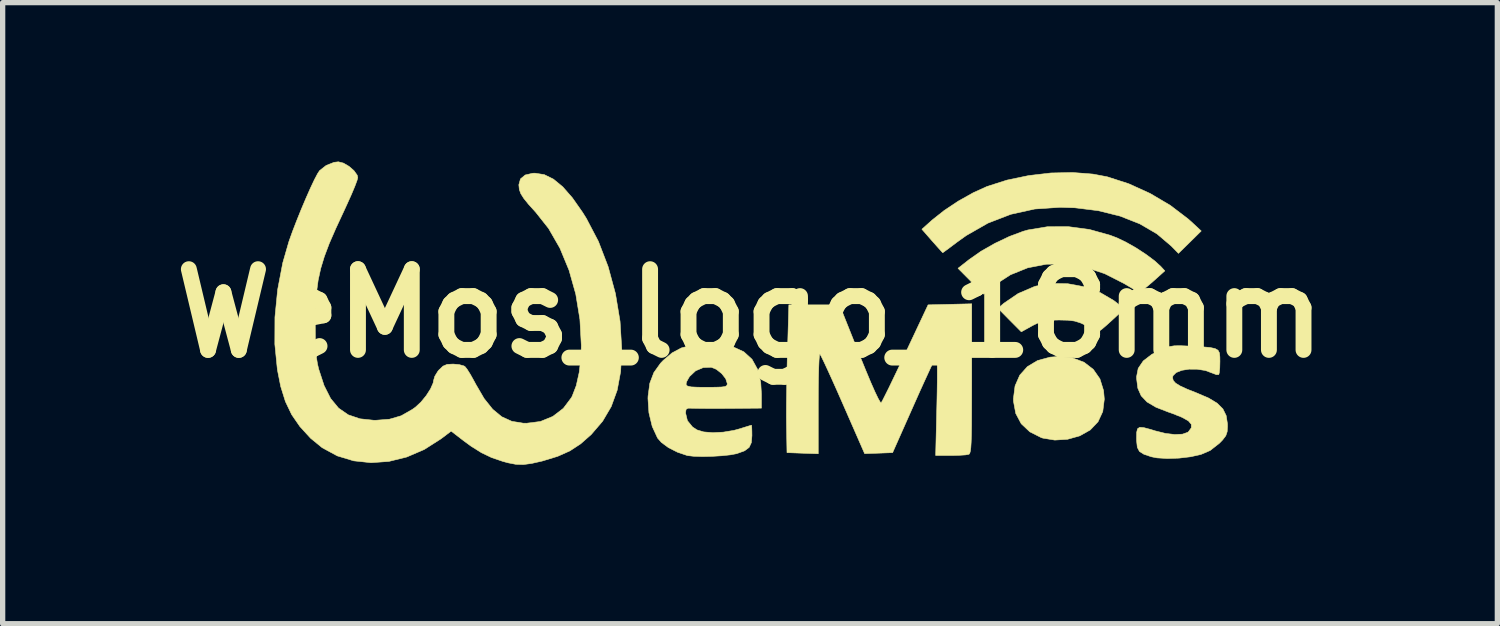
<source format=kicad_pcb>
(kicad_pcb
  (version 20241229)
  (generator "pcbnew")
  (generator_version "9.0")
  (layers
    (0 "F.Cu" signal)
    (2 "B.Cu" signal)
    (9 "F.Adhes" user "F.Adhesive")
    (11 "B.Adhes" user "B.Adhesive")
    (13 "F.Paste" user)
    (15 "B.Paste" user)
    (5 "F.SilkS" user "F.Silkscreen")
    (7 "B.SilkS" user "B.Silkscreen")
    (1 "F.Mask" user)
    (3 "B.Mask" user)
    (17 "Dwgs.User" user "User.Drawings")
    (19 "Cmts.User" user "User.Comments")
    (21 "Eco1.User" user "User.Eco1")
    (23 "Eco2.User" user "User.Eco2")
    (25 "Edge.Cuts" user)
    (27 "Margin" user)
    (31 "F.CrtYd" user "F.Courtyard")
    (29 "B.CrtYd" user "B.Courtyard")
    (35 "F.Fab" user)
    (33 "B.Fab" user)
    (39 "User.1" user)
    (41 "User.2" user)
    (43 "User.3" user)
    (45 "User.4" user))
  (footprint "WeMos_logo_18mm"
    (layer "F.Cu")
    (at 11.111 2.867)
    (property "Reference" "WeMos_logo_18mm" (at 0 0 0) (layer "F.SilkS") (effects (font (size 1.524 1.524) (thickness 0.3))))
    (attr through_hole)
    (fp_poly (pts (xy 6.088 0.84) (xy 6.307 0.923) (xy 6.481 1.057) (xy 6.606 1.236) (xy 6.675 1.458) (xy 6.689 1.62) (xy 6.66 1.853) (xy 6.57 2.047) (xy 6.423 2.201) (xy 6.226 2.312) (xy 5.995 2.377) (xy 5.754 2.392) (xy 5.529 2.355) (xy 5.5 2.346) (xy 5.282 2.236) (xy 5.12 2.083) (xy 5.017 1.889) (xy 4.974 1.658) (xy 4.973 1.61) (xy 5.004 1.369) (xy 5.093 1.166) (xy 5.237 1.005) (xy 5.429 0.89) (xy 5.666 0.826) (xy 5.829 0.814) (xy 6.088 0.84)) (stroke (width 0.01) (type solid)) (fill yes) (layer "F.SilkS"))
    (fp_poly (pts (xy 6.001 -0.56) (xy 6.313 -0.502) (xy 6.609 -0.394) (xy 6.869 -0.242) (xy 6.939 -0.187) (xy 7.063 -0.082) (xy 6.835 0.129) (xy 6.73 0.224) (xy 6.646 0.296) (xy 6.594 0.334) (xy 6.586 0.338) (xy 6.545 0.322) (xy 6.459 0.283) (xy 6.35 0.23) (xy 6.229 0.176) (xy 6.123 0.144) (xy 6.003 0.129) (xy 5.842 0.125) (xy 5.831 0.125) (xy 5.673 0.128) (xy 5.559 0.14) (xy 5.464 0.168) (xy 5.362 0.216) (xy 5.324 0.236) (xy 5.122 0.348) (xy 4.901 0.126) (xy 4.681 -0.097) (xy 4.794 -0.192) (xy 5.061 -0.374) (xy 5.36 -0.503) (xy 5.4 -0.516) (xy 5.69 -0.566) (xy 6.001 -0.56)) (stroke (width 0.01) (type solid)) (fill yes) (layer "F.SilkS"))
    (fp_poly (pts (xy 6.406 -1.585) (xy 6.797 -1.476) (xy 6.929 -1.426) (xy 7.101 -1.343) (xy 7.291 -1.235) (xy 7.476 -1.114) (xy 7.637 -0.994) (xy 7.753 -0.889) (xy 7.753 -0.889) (xy 7.832 -0.803) (xy 7.6 -0.595) (xy 7.493 -0.504) (xy 7.406 -0.435) (xy 7.352 -0.401) (xy 7.342 -0.4) (xy 7.301 -0.422) (xy 7.215 -0.473) (xy 7.101 -0.541) (xy 7.064 -0.563) (xy 6.696 -0.75) (xy 6.324 -0.873) (xy 5.954 -0.933) (xy 5.592 -0.928) (xy 5.244 -0.861) (xy 4.917 -0.729) (xy 4.617 -0.535) (xy 4.576 -0.501) (xy 4.411 -0.363) (xy 4.169 -0.607) (xy 3.927 -0.851) (xy 4.137 -1.016) (xy 4.361 -1.173) (xy 4.623 -1.322) (xy 4.896 -1.452) (xy 5.155 -1.549) (xy 5.246 -1.575) (xy 5.614 -1.636) (xy 6.007 -1.638) (xy 6.406 -1.585)) (stroke (width 0.01) (type solid)) (fill yes) (layer "F.SilkS"))
    (fp_poly (pts (xy 6.475 -2.63) (xy 6.744 -2.579) (xy 7.15 -2.448) (xy 7.553 -2.265) (xy 7.933 -2.041) (xy 8.267 -1.787) (xy 8.334 -1.728) (xy 8.519 -1.556) (xy 8.304 -1.344) (xy 8.089 -1.133) (xy 7.952 -1.273) (xy 7.682 -1.502) (xy 7.358 -1.691) (xy 6.987 -1.837) (xy 6.576 -1.939) (xy 6.133 -1.994) (xy 5.854 -2.003) (xy 5.376 -1.971) (xy 4.924 -1.871) (xy 4.493 -1.705) (xy 4.082 -1.47) (xy 3.906 -1.344) (xy 3.791 -1.257) (xy 3.7 -1.19) (xy 3.647 -1.151) (xy 3.638 -1.146) (xy 3.613 -1.172) (xy 3.553 -1.239) (xy 3.468 -1.334) (xy 3.438 -1.368) (xy 3.245 -1.589) (xy 3.438 -1.762) (xy 3.666 -1.943) (xy 3.934 -2.121) (xy 4.216 -2.279) (xy 4.474 -2.396) (xy 4.853 -2.517) (xy 5.261 -2.602) (xy 5.679 -2.651) (xy 6.09 -2.66) (xy 6.475 -2.63)) (stroke (width 0.01) (type solid)) (fill yes) (layer "F.SilkS"))
    (fp_poly (pts (xy 4.186 1.229) (xy 4.185 1.587) (xy 4.184 1.88) (xy 4.183 2.114) (xy 4.18 2.297) (xy 4.175 2.434) (xy 4.169 2.531) (xy 4.161 2.597) (xy 4.15 2.636) (xy 4.138 2.656) (xy 4.129 2.661) (xy 4.068 2.672) (xy 3.957 2.679) (xy 3.818 2.683) (xy 3.788 2.683) (xy 3.505 2.683) (xy 3.528 1.726) (xy 3.533 1.475) (xy 3.536 1.25) (xy 3.536 1.061) (xy 3.534 0.916) (xy 3.53 0.825) (xy 3.523 0.796) (xy 3.523 0.796) (xy 3.501 0.835) (xy 3.455 0.93) (xy 3.388 1.074) (xy 3.304 1.257) (xy 3.207 1.47) (xy 3.102 1.706) (xy 3.093 1.726) (xy 2.692 2.629) (xy 2.428 2.639) (xy 2.164 2.648) (xy 1.756 1.716) (xy 1.65 1.475) (xy 1.552 1.256) (xy 1.466 1.067) (xy 1.396 0.917) (xy 1.346 0.814) (xy 1.319 0.767) (xy 1.318 0.765) (xy 1.31 0.795) (xy 1.303 0.886) (xy 1.297 1.032) (xy 1.292 1.221) (xy 1.289 1.446) (xy 1.288 1.697) (xy 1.288 2.65) (xy 0.993 2.64) (xy 0.698 2.629) (xy 0.689 2.129) (xy 0.687 1.944) (xy 0.688 1.706) (xy 0.692 1.433) (xy 0.697 1.143) (xy 0.703 0.855) (xy 0.707 0.733) (xy 0.733 -0.161) (xy 1.689 -0.161) (xy 2.065 0.781) (xy 2.181 1.066) (xy 2.28 1.303) (xy 2.361 1.486) (xy 2.423 1.614) (xy 2.462 1.68) (xy 2.476 1.689) (xy 2.499 1.649) (xy 2.548 1.552) (xy 2.62 1.408) (xy 2.708 1.225) (xy 2.81 1.012) (xy 2.921 0.777) (xy 2.935 0.747) (xy 3.362 -0.161) (xy 4.186 -0.181) (xy 4.186 1.229)) (stroke (width 0.01) (type solid)) (fill yes) (layer "F.SilkS"))
    (fp_poly (pts (xy 8.281 0.617) (xy 8.333 0.619) (xy 8.539 0.631) (xy 8.685 0.644) (xy 8.78 0.664) (xy 8.836 0.696) (xy 8.863 0.747) (xy 8.871 0.822) (xy 8.872 0.91) (xy 8.869 1.03) (xy 8.86 1.12) (xy 8.85 1.155) (xy 8.806 1.157) (xy 8.733 1.129) (xy 8.596 1.078) (xy 8.443 1.054) (xy 8.29 1.053) (xy 8.152 1.075) (xy 8.046 1.117) (xy 7.985 1.178) (xy 7.978 1.214) (xy 7.99 1.266) (xy 8.034 1.316) (xy 8.119 1.369) (xy 8.254 1.431) (xy 8.431 1.501) (xy 8.657 1.598) (xy 8.82 1.696) (xy 8.928 1.804) (xy 8.99 1.93) (xy 9.014 2.084) (xy 9.015 2.132) (xy 9.009 2.233) (xy 8.983 2.31) (xy 8.923 2.389) (xy 8.863 2.451) (xy 8.687 2.589) (xy 8.514 2.663) (xy 8.319 2.707) (xy 8.098 2.733) (xy 7.878 2.74) (xy 7.683 2.728) (xy 7.577 2.707) (xy 7.437 2.66) (xy 7.353 2.607) (xy 7.312 2.529) (xy 7.299 2.408) (xy 7.298 2.357) (xy 7.3 2.246) (xy 7.316 2.179) (xy 7.357 2.151) (xy 7.435 2.157) (xy 7.563 2.191) (xy 7.65 2.218) (xy 7.843 2.266) (xy 8.02 2.287) (xy 8.166 2.28) (xy 8.265 2.245) (xy 8.279 2.233) (xy 8.332 2.16) (xy 8.332 2.094) (xy 8.276 2.029) (xy 8.158 1.963) (xy 7.976 1.89) (xy 7.895 1.862) (xy 7.664 1.772) (xy 7.496 1.673) (xy 7.385 1.556) (xy 7.322 1.413) (xy 7.299 1.234) (xy 7.298 1.197) (xy 7.329 1.038) (xy 7.424 0.898) (xy 7.585 0.774) (xy 7.733 0.698) (xy 7.837 0.654) (xy 7.922 0.626) (xy 8.011 0.612) (xy 8.124 0.61) (xy 8.281 0.617)) (stroke (width 0.01) (type solid)) (fill yes) (layer "F.SilkS"))
    (fp_poly (pts (xy -0.584 0.582) (xy -0.324 0.63) (xy -0.117 0.725) (xy 0.038 0.867) (xy 0.144 1.059) (xy 0.202 1.302) (xy 0.215 1.522) (xy 0.215 1.789) (xy -0.367 1.794) (xy -0.575 1.795) (xy -0.767 1.795) (xy -0.929 1.794) (xy -1.044 1.792) (xy -1.082 1.791) (xy -1.17 1.79) (xy -1.208 1.812) (xy -1.216 1.872) (xy -1.216 1.885) (xy -1.182 2.026) (xy -1.086 2.144) (xy -1.001 2.2) (xy -0.874 2.238) (xy -0.701 2.252) (xy -0.504 2.242) (xy -0.305 2.209) (xy -0.209 2.183) (xy -0.093 2.147) (xy -0.008 2.121) (xy 0.027 2.111) (xy 0.032 2.143) (xy 0.035 2.226) (xy 0.036 2.307) (xy 0.025 2.44) (xy -0.017 2.53) (xy -0.102 2.594) (xy -0.245 2.646) (xy -0.255 2.649) (xy -0.372 2.671) (xy -0.533 2.688) (xy -0.717 2.699) (xy -0.9 2.703) (xy -1.062 2.698) (xy -1.177 2.685) (xy -1.19 2.682) (xy -1.372 2.62) (xy -1.541 2.534) (xy -1.675 2.435) (xy -1.746 2.353) (xy -1.847 2.134) (xy -1.909 1.876) (xy -1.927 1.606) (xy -1.925 1.561) (xy -1.895 1.34) (xy -1.209 1.34) (xy -1.184 1.371) (xy -1.112 1.388) (xy -0.985 1.394) (xy -0.823 1.395) (xy -0.65 1.394) (xy -0.537 1.39) (xy -0.471 1.381) (xy -0.439 1.364) (xy -0.43 1.337) (xy -0.429 1.326) (xy -0.459 1.233) (xy -0.535 1.136) (xy -0.636 1.056) (xy -0.732 1.017) (xy -0.883 1.023) (xy -1.027 1.084) (xy -1.14 1.19) (xy -1.155 1.213) (xy -1.197 1.289) (xy -1.209 1.34) (xy -1.895 1.34) (xy -1.892 1.318) (xy -1.816 1.118) (xy -1.689 0.94) (xy -1.639 0.888) (xy -1.472 0.746) (xy -1.296 0.652) (xy -1.09 0.599) (xy -0.899 0.579) (xy -0.584 0.582)) (stroke (width 0.01) (type solid)) (fill yes) (layer "F.SilkS"))
    (fp_poly (pts (xy -7.677 -2.838) (xy -7.571 -2.776) (xy -7.477 -2.694) (xy -7.417 -2.61) (xy -7.406 -2.564) (xy -7.421 -2.507) (xy -7.462 -2.398) (xy -7.524 -2.25) (xy -7.603 -2.074) (xy -7.669 -1.93) (xy -7.822 -1.601) (xy -7.944 -1.321) (xy -8.037 -1.074) (xy -8.106 -0.847) (xy -8.154 -0.626) (xy -8.185 -0.396) (xy -8.202 -0.144) (xy -8.208 0.145) (xy -8.209 0.233) (xy -8.207 0.481) (xy -8.201 0.674) (xy -8.187 0.828) (xy -8.166 0.958) (xy -8.143 1.055) (xy -8.042 1.363) (xy -7.919 1.606) (xy -7.768 1.789) (xy -7.586 1.915) (xy -7.365 1.99) (xy -7.103 2.018) (xy -7.065 2.018) (xy -6.808 1.998) (xy -6.586 1.933) (xy -6.376 1.813) (xy -6.316 1.77) (xy -6.212 1.673) (xy -6.113 1.552) (xy -6.032 1.425) (xy -5.983 1.314) (xy -5.974 1.264) (xy -5.951 1.186) (xy -5.894 1.093) (xy -5.873 1.068) (xy -5.797 0.996) (xy -5.72 0.963) (xy -5.609 0.957) (xy -5.603 0.957) (xy -5.491 0.967) (xy -5.404 0.991) (xy -5.382 1.004) (xy -5.342 1.054) (xy -5.281 1.151) (xy -5.21 1.278) (xy -5.178 1.338) (xy -5.021 1.607) (xy -4.859 1.81) (xy -4.687 1.952) (xy -4.497 2.038) (xy -4.282 2.073) (xy -4.219 2.074) (xy -3.957 2.041) (xy -3.723 1.945) (xy -3.525 1.793) (xy -3.372 1.59) (xy -3.357 1.561) (xy -3.281 1.364) (xy -3.225 1.113) (xy -3.192 0.827) (xy -3.185 0.608) (xy -3.212 0.113) (xy -3.29 -0.364) (xy -3.417 -0.815) (xy -3.589 -1.231) (xy -3.803 -1.603) (xy -4.046 -1.91) (xy -4.181 -2.059) (xy -4.272 -2.172) (xy -4.328 -2.261) (xy -4.356 -2.339) (xy -4.364 -2.419) (xy -4.365 -2.428) (xy -4.334 -2.539) (xy -4.245 -2.613) (xy -4.103 -2.646) (xy -4.058 -2.647) (xy -3.885 -2.62) (xy -3.712 -2.535) (xy -3.536 -2.39) (xy -3.354 -2.182) (xy -3.162 -1.908) (xy -3.09 -1.793) (xy -2.863 -1.36) (xy -2.679 -0.882) (xy -2.541 -0.373) (xy -2.454 0.15) (xy -2.422 0.674) (xy -2.422 0.698) (xy -2.443 1.099) (xy -2.508 1.45) (xy -2.621 1.76) (xy -2.784 2.037) (xy -3 2.289) (xy -3.002 2.29) (xy -3.198 2.463) (xy -3.401 2.596) (xy -3.632 2.699) (xy -3.914 2.785) (xy -3.924 2.788) (xy -4.123 2.833) (xy -4.279 2.854) (xy -4.42 2.85) (xy -4.57 2.821) (xy -4.669 2.794) (xy -4.88 2.722) (xy -5.072 2.63) (xy -5.269 2.506) (xy -5.412 2.401) (xy -5.643 2.223) (xy -5.836 2.369) (xy -6.151 2.57) (xy -6.482 2.712) (xy -6.819 2.795) (xy -7.156 2.819) (xy -7.483 2.784) (xy -7.794 2.69) (xy -8.078 2.536) (xy -8.297 2.357) (xy -8.499 2.136) (xy -8.654 1.911) (xy -8.772 1.665) (xy -8.861 1.38) (xy -8.924 1.062) (xy -8.972 0.581) (xy -8.97 0.072) (xy -8.919 -0.447) (xy -8.822 -0.955) (xy -8.706 -1.357) (xy -8.639 -1.545) (xy -8.559 -1.752) (xy -8.473 -1.965) (xy -8.385 -2.173) (xy -8.301 -2.363) (xy -8.226 -2.522) (xy -8.165 -2.638) (xy -8.127 -2.696) (xy -8.003 -2.793) (xy -7.855 -2.852) (xy -7.773 -2.862) (xy -7.677 -2.838)) (stroke (width 0.01) (type solid)) (fill yes) (layer "F.SilkS")))
  (gr_rect
    (start -3 -3)
    (end 25.221 8.726)
    (stroke (width 0.1) (type default))
    (fill no)
    (layer "Edge.Cuts")))
</source>
